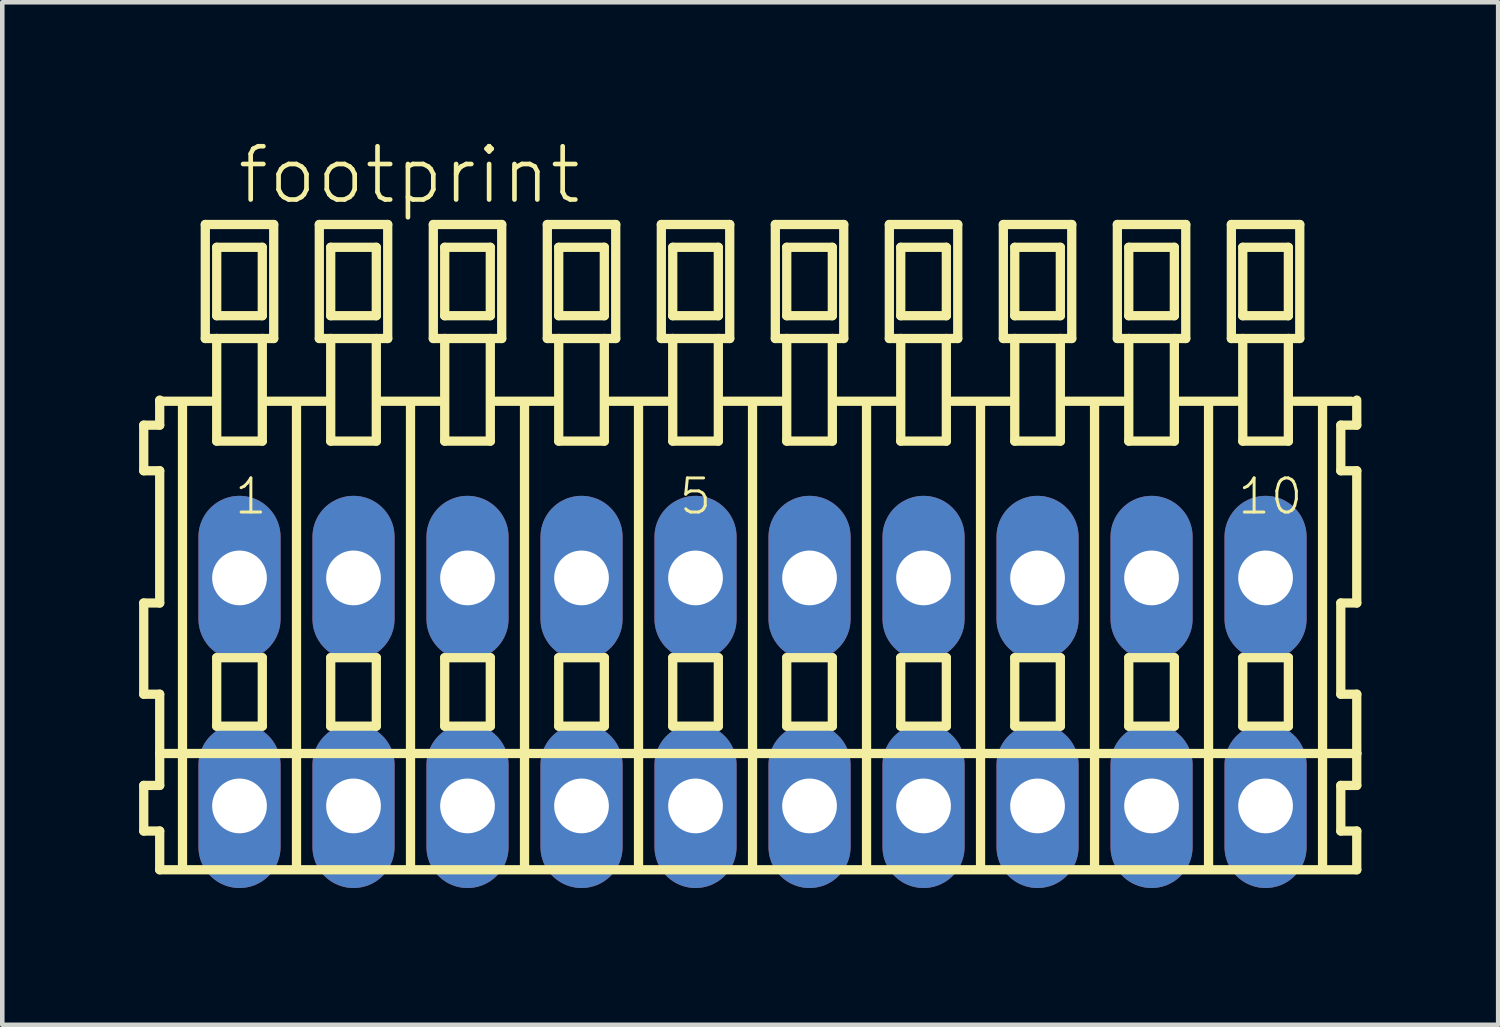
<source format=kicad_pcb>
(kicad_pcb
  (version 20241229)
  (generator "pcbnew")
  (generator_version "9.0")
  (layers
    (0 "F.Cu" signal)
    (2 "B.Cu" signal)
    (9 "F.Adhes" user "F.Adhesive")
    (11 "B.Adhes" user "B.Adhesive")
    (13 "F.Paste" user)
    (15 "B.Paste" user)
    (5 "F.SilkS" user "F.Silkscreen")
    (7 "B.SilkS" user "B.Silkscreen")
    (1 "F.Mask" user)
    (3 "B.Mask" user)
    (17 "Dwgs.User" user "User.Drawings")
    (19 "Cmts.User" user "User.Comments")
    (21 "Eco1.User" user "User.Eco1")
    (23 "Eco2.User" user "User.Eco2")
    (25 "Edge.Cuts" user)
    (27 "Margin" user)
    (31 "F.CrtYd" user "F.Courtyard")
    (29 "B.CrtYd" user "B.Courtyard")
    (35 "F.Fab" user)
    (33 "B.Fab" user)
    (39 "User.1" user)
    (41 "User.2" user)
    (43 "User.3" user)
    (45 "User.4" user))
  (footprint "footprint"
    (layer "F.Cu")
    (at 13.452 12.123)
    (property "Reference" "footprint" (at -11.35 -10.65 0) (layer "F.SilkS") (effects (font (size 1.168 1.168) (thickness 0.102)) (justify left bottom)))
    (fp_line (start -13.35 -5.85) (end -13.35 -4.85) (stroke (width 0.203) (type solid)) (layer "F.SilkS"))
    (fp_line (start -13.35 -4.85) (end -13 -4.85) (stroke (width 0.203) (type solid)) (layer "F.SilkS"))
    (fp_line (start -13.35 -1.95) (end -13.35 0.05) (stroke (width 0.203) (type solid)) (layer "F.SilkS"))
    (fp_line (start -13.35 0.05) (end -13 0.05) (stroke (width 0.203) (type solid)) (layer "F.SilkS"))
    (fp_line (start -13.35 2.05) (end -13.35 3.05) (stroke (width 0.203) (type solid)) (layer "F.SilkS"))
    (fp_line (start -13.35 3.05) (end -13 3.05) (stroke (width 0.203) (type solid)) (layer "F.SilkS"))
    (fp_line (start -13 -6.4) (end -13 -6.375) (stroke (width 0.203) (type solid)) (layer "F.SilkS"))
    (fp_line (start -13 -6.375) (end -13 -5.85) (stroke (width 0.203) (type solid)) (layer "F.SilkS"))
    (fp_line (start -13 -6.375) (end -11.875 -6.375) (stroke (width 0.203) (type solid)) (layer "F.SilkS"))
    (fp_line (start -13 -5.85) (end -13.35 -5.85) (stroke (width 0.203) (type solid)) (layer "F.SilkS"))
    (fp_line (start -13 -4.85) (end -13 -1.95) (stroke (width 0.203) (type solid)) (layer "F.SilkS"))
    (fp_line (start -13 -1.95) (end -13.35 -1.95) (stroke (width 0.203) (type solid)) (layer "F.SilkS"))
    (fp_line (start -13 0.05) (end -13 1.35) (stroke (width 0.203) (type solid)) (layer "F.SilkS"))
    (fp_line (start -13 1.35) (end -13 2.05) (stroke (width 0.203) (type solid)) (layer "F.SilkS"))
    (fp_line (start -13 1.35) (end 13.25 1.35) (stroke (width 0.203) (type solid)) (layer "F.SilkS"))
    (fp_line (start -13 2.05) (end -13.35 2.05) (stroke (width 0.203) (type solid)) (layer "F.SilkS"))
    (fp_line (start -13 3.05) (end -13 3.9) (stroke (width 0.203) (type solid)) (layer "F.SilkS"))
    (fp_line (start -13 3.9) (end 13.25 3.9) (stroke (width 0.203) (type solid)) (layer "F.SilkS"))
    (fp_line (start -12.5 -6.35) (end -12.5 3.8) (stroke (width 0.203) (type solid)) (layer "F.SilkS"))
    (fp_line (start -12 -10.25) (end -12 -7.75) (stroke (width 0.203) (type solid)) (layer "F.SilkS"))
    (fp_line (start -12 -7.75) (end -11.75 -7.75) (stroke (width 0.203) (type solid)) (layer "F.SilkS"))
    (fp_line (start -11.75 -9.75) (end -11.75 -8.25) (stroke (width 0.203) (type solid)) (layer "F.SilkS"))
    (fp_line (start -11.75 -8.25) (end -10.75 -8.25) (stroke (width 0.203) (type solid)) (layer "F.SilkS"))
    (fp_line (start -11.75 -7.75) (end -11.75 -5.5) (stroke (width 0.203) (type solid)) (layer "F.SilkS"))
    (fp_line (start -11.75 -7.75) (end -10.75 -7.75) (stroke (width 0.203) (type solid)) (layer "F.SilkS"))
    (fp_line (start -11.75 -5.5) (end -10.75 -5.5) (stroke (width 0.203) (type solid)) (layer "F.SilkS"))
    (fp_line (start -11.75 -0.75) (end -11.75 0.75) (stroke (width 0.203) (type solid)) (layer "F.SilkS"))
    (fp_line (start -11.75 0.75) (end -10.75 0.75) (stroke (width 0.203) (type solid)) (layer "F.SilkS"))
    (fp_line (start -10.75 -9.75) (end -11.75 -9.75) (stroke (width 0.203) (type solid)) (layer "F.SilkS"))
    (fp_line (start -10.75 -8.25) (end -10.75 -9.75) (stroke (width 0.203) (type solid)) (layer "F.SilkS"))
    (fp_line (start -10.75 -7.75) (end -10.5 -7.75) (stroke (width 0.203) (type solid)) (layer "F.SilkS"))
    (fp_line (start -10.75 -5.5) (end -10.75 -7.75) (stroke (width 0.203) (type solid)) (layer "F.SilkS"))
    (fp_line (start -10.75 -0.75) (end -11.75 -0.75) (stroke (width 0.203) (type solid)) (layer "F.SilkS"))
    (fp_line (start -10.75 0.75) (end -10.75 -0.75) (stroke (width 0.203) (type solid)) (layer "F.SilkS"))
    (fp_line (start -10.625 -6.375) (end -9.375 -6.375) (stroke (width 0.203) (type solid)) (layer "F.SilkS"))
    (fp_line (start -10.5 -10.25) (end -12 -10.25) (stroke (width 0.203) (type solid)) (layer "F.SilkS"))
    (fp_line (start -10.5 -7.75) (end -10.5 -10.25) (stroke (width 0.203) (type solid)) (layer "F.SilkS"))
    (fp_line (start -10 -6.35) (end -10 3.8) (stroke (width 0.203) (type solid)) (layer "F.SilkS"))
    (fp_line (start -9.5 -10.25) (end -9.5 -7.75) (stroke (width 0.203) (type solid)) (layer "F.SilkS"))
    (fp_line (start -9.5 -7.75) (end -9.25 -7.75) (stroke (width 0.203) (type solid)) (layer "F.SilkS"))
    (fp_line (start -9.25 -9.75) (end -9.25 -8.25) (stroke (width 0.203) (type solid)) (layer "F.SilkS"))
    (fp_line (start -9.25 -8.25) (end -8.25 -8.25) (stroke (width 0.203) (type solid)) (layer "F.SilkS"))
    (fp_line (start -9.25 -7.75) (end -9.25 -5.5) (stroke (width 0.203) (type solid)) (layer "F.SilkS"))
    (fp_line (start -9.25 -7.75) (end -8.25 -7.75) (stroke (width 0.203) (type solid)) (layer "F.SilkS"))
    (fp_line (start -9.25 -5.5) (end -8.25 -5.5) (stroke (width 0.203) (type solid)) (layer "F.SilkS"))
    (fp_line (start -9.25 -0.75) (end -9.25 0.75) (stroke (width 0.203) (type solid)) (layer "F.SilkS"))
    (fp_line (start -9.25 0.75) (end -8.25 0.75) (stroke (width 0.203) (type solid)) (layer "F.SilkS"))
    (fp_line (start -8.25 -9.75) (end -9.25 -9.75) (stroke (width 0.203) (type solid)) (layer "F.SilkS"))
    (fp_line (start -8.25 -8.25) (end -8.25 -9.75) (stroke (width 0.203) (type solid)) (layer "F.SilkS"))
    (fp_line (start -8.25 -7.75) (end -8 -7.75) (stroke (width 0.203) (type solid)) (layer "F.SilkS"))
    (fp_line (start -8.25 -5.5) (end -8.25 -7.75) (stroke (width 0.203) (type solid)) (layer "F.SilkS"))
    (fp_line (start -8.25 -0.75) (end -9.25 -0.75) (stroke (width 0.203) (type solid)) (layer "F.SilkS"))
    (fp_line (start -8.25 0.75) (end -8.25 -0.75) (stroke (width 0.203) (type solid)) (layer "F.SilkS"))
    (fp_line (start -8.125 -6.375) (end -6.875 -6.375) (stroke (width 0.203) (type solid)) (layer "F.SilkS"))
    (fp_line (start -8 -10.25) (end -9.5 -10.25) (stroke (width 0.203) (type solid)) (layer "F.SilkS"))
    (fp_line (start -8 -7.75) (end -8 -10.25) (stroke (width 0.203) (type solid)) (layer "F.SilkS"))
    (fp_line (start -7.5 -6.35) (end -7.5 3.8) (stroke (width 0.203) (type solid)) (layer "F.SilkS"))
    (fp_line (start -7 -10.25) (end -7 -7.75) (stroke (width 0.203) (type solid)) (layer "F.SilkS"))
    (fp_line (start -7 -7.75) (end -6.75 -7.75) (stroke (width 0.203) (type solid)) (layer "F.SilkS"))
    (fp_line (start -6.75 -9.75) (end -6.75 -8.25) (stroke (width 0.203) (type solid)) (layer "F.SilkS"))
    (fp_line (start -6.75 -8.25) (end -5.75 -8.25) (stroke (width 0.203) (type solid)) (layer "F.SilkS"))
    (fp_line (start -6.75 -7.75) (end -6.75 -5.5) (stroke (width 0.203) (type solid)) (layer "F.SilkS"))
    (fp_line (start -6.75 -7.75) (end -5.75 -7.75) (stroke (width 0.203) (type solid)) (layer "F.SilkS"))
    (fp_line (start -6.75 -5.5) (end -5.75 -5.5) (stroke (width 0.203) (type solid)) (layer "F.SilkS"))
    (fp_line (start -6.75 -0.75) (end -6.75 0.75) (stroke (width 0.203) (type solid)) (layer "F.SilkS"))
    (fp_line (start -6.75 0.75) (end -5.75 0.75) (stroke (width 0.203) (type solid)) (layer "F.SilkS"))
    (fp_line (start -5.75 -9.75) (end -6.75 -9.75) (stroke (width 0.203) (type solid)) (layer "F.SilkS"))
    (fp_line (start -5.75 -8.25) (end -5.75 -9.75) (stroke (width 0.203) (type solid)) (layer "F.SilkS"))
    (fp_line (start -5.75 -7.75) (end -5.5 -7.75) (stroke (width 0.203) (type solid)) (layer "F.SilkS"))
    (fp_line (start -5.75 -5.5) (end -5.75 -7.75) (stroke (width 0.203) (type solid)) (layer "F.SilkS"))
    (fp_line (start -5.75 -0.75) (end -6.75 -0.75) (stroke (width 0.203) (type solid)) (layer "F.SilkS"))
    (fp_line (start -5.75 0.75) (end -5.75 -0.75) (stroke (width 0.203) (type solid)) (layer "F.SilkS"))
    (fp_line (start -5.625 -6.375) (end -4.375 -6.375) (stroke (width 0.203) (type solid)) (layer "F.SilkS"))
    (fp_line (start -5.5 -10.25) (end -7 -10.25) (stroke (width 0.203) (type solid)) (layer "F.SilkS"))
    (fp_line (start -5.5 -7.75) (end -5.5 -10.25) (stroke (width 0.203) (type solid)) (layer "F.SilkS"))
    (fp_line (start -5 -6.35) (end -5 3.8) (stroke (width 0.203) (type solid)) (layer "F.SilkS"))
    (fp_line (start -4.5 -10.25) (end -4.5 -7.75) (stroke (width 0.203) (type solid)) (layer "F.SilkS"))
    (fp_line (start -4.5 -7.75) (end -4.25 -7.75) (stroke (width 0.203) (type solid)) (layer "F.SilkS"))
    (fp_line (start -4.25 -9.75) (end -4.25 -8.25) (stroke (width 0.203) (type solid)) (layer "F.SilkS"))
    (fp_line (start -4.25 -8.25) (end -3.25 -8.25) (stroke (width 0.203) (type solid)) (layer "F.SilkS"))
    (fp_line (start -4.25 -7.75) (end -4.25 -5.5) (stroke (width 0.203) (type solid)) (layer "F.SilkS"))
    (fp_line (start -4.25 -7.75) (end -3.25 -7.75) (stroke (width 0.203) (type solid)) (layer "F.SilkS"))
    (fp_line (start -4.25 -5.5) (end -3.25 -5.5) (stroke (width 0.203) (type solid)) (layer "F.SilkS"))
    (fp_line (start -4.25 -0.75) (end -4.25 0.75) (stroke (width 0.203) (type solid)) (layer "F.SilkS"))
    (fp_line (start -4.25 0.75) (end -3.25 0.75) (stroke (width 0.203) (type solid)) (layer "F.SilkS"))
    (fp_line (start -3.25 -9.75) (end -4.25 -9.75) (stroke (width 0.203) (type solid)) (layer "F.SilkS"))
    (fp_line (start -3.25 -8.25) (end -3.25 -9.75) (stroke (width 0.203) (type solid)) (layer "F.SilkS"))
    (fp_line (start -3.25 -7.75) (end -3 -7.75) (stroke (width 0.203) (type solid)) (layer "F.SilkS"))
    (fp_line (start -3.25 -5.5) (end -3.25 -7.75) (stroke (width 0.203) (type solid)) (layer "F.SilkS"))
    (fp_line (start -3.25 -0.75) (end -4.25 -0.75) (stroke (width 0.203) (type solid)) (layer "F.SilkS"))
    (fp_line (start -3.25 0.75) (end -3.25 -0.75) (stroke (width 0.203) (type solid)) (layer "F.SilkS"))
    (fp_line (start -3.125 -6.375) (end -1.875 -6.375) (stroke (width 0.203) (type solid)) (layer "F.SilkS"))
    (fp_line (start -3 -10.25) (end -4.5 -10.25) (stroke (width 0.203) (type solid)) (layer "F.SilkS"))
    (fp_line (start -3 -7.75) (end -3 -10.25) (stroke (width 0.203) (type solid)) (layer "F.SilkS"))
    (fp_line (start -2.5 -6.35) (end -2.5 3.8) (stroke (width 0.203) (type solid)) (layer "F.SilkS"))
    (fp_line (start -2 -10.25) (end -2 -7.75) (stroke (width 0.203) (type solid)) (layer "F.SilkS"))
    (fp_line (start -2 -7.75) (end -1.75 -7.75) (stroke (width 0.203) (type solid)) (layer "F.SilkS"))
    (fp_line (start -1.75 -9.75) (end -1.75 -8.25) (stroke (width 0.203) (type solid)) (layer "F.SilkS"))
    (fp_line (start -1.75 -8.25) (end -0.75 -8.25) (stroke (width 0.203) (type solid)) (layer "F.SilkS"))
    (fp_line (start -1.75 -7.75) (end -1.75 -5.5) (stroke (width 0.203) (type solid)) (layer "F.SilkS"))
    (fp_line (start -1.75 -7.75) (end -0.75 -7.75) (stroke (width 0.203) (type solid)) (layer "F.SilkS"))
    (fp_line (start -1.75 -5.5) (end -0.75 -5.5) (stroke (width 0.203) (type solid)) (layer "F.SilkS"))
    (fp_line (start -1.75 -0.75) (end -1.75 0.75) (stroke (width 0.203) (type solid)) (layer "F.SilkS"))
    (fp_line (start -1.75 0.75) (end -0.75 0.75) (stroke (width 0.203) (type solid)) (layer "F.SilkS"))
    (fp_line (start -0.75 -9.75) (end -1.75 -9.75) (stroke (width 0.203) (type solid)) (layer "F.SilkS"))
    (fp_line (start -0.75 -8.25) (end -0.75 -9.75) (stroke (width 0.203) (type solid)) (layer "F.SilkS"))
    (fp_line (start -0.75 -7.75) (end -0.5 -7.75) (stroke (width 0.203) (type solid)) (layer "F.SilkS"))
    (fp_line (start -0.75 -5.5) (end -0.75 -7.75) (stroke (width 0.203) (type solid)) (layer "F.SilkS"))
    (fp_line (start -0.75 -0.75) (end -1.75 -0.75) (stroke (width 0.203) (type solid)) (layer "F.SilkS"))
    (fp_line (start -0.75 0.75) (end -0.75 -0.75) (stroke (width 0.203) (type solid)) (layer "F.SilkS"))
    (fp_line (start -0.625 -6.375) (end 0.625 -6.375) (stroke (width 0.203) (type solid)) (layer "F.SilkS"))
    (fp_line (start -0.5 -10.25) (end -2 -10.25) (stroke (width 0.203) (type solid)) (layer "F.SilkS"))
    (fp_line (start -0.5 -7.75) (end -0.5 -10.25) (stroke (width 0.203) (type solid)) (layer "F.SilkS"))
    (fp_line (start 0 -6.35) (end 0 3.8) (stroke (width 0.203) (type solid)) (layer "F.SilkS"))
    (fp_line (start 0.5 -10.25) (end 0.5 -7.75) (stroke (width 0.203) (type solid)) (layer "F.SilkS"))
    (fp_line (start 0.5 -7.75) (end 0.75 -7.75) (stroke (width 0.203) (type solid)) (layer "F.SilkS"))
    (fp_line (start 0.75 -9.75) (end 0.75 -8.25) (stroke (width 0.203) (type solid)) (layer "F.SilkS"))
    (fp_line (start 0.75 -8.25) (end 1.75 -8.25) (stroke (width 0.203) (type solid)) (layer "F.SilkS"))
    (fp_line (start 0.75 -7.75) (end 0.75 -5.5) (stroke (width 0.203) (type solid)) (layer "F.SilkS"))
    (fp_line (start 0.75 -7.75) (end 1.75 -7.75) (stroke (width 0.203) (type solid)) (layer "F.SilkS"))
    (fp_line (start 0.75 -5.5) (end 1.75 -5.5) (stroke (width 0.203) (type solid)) (layer "F.SilkS"))
    (fp_line (start 0.75 -0.75) (end 0.75 0.75) (stroke (width 0.203) (type solid)) (layer "F.SilkS"))
    (fp_line (start 0.75 0.75) (end 1.75 0.75) (stroke (width 0.203) (type solid)) (layer "F.SilkS"))
    (fp_line (start 1.75 -9.75) (end 0.75 -9.75) (stroke (width 0.203) (type solid)) (layer "F.SilkS"))
    (fp_line (start 1.75 -8.25) (end 1.75 -9.75) (stroke (width 0.203) (type solid)) (layer "F.SilkS"))
    (fp_line (start 1.75 -7.75) (end 2 -7.75) (stroke (width 0.203) (type solid)) (layer "F.SilkS"))
    (fp_line (start 1.75 -5.5) (end 1.75 -7.75) (stroke (width 0.203) (type solid)) (layer "F.SilkS"))
    (fp_line (start 1.75 -0.75) (end 0.75 -0.75) (stroke (width 0.203) (type solid)) (layer "F.SilkS"))
    (fp_line (start 1.75 0.75) (end 1.75 -0.75) (stroke (width 0.203) (type solid)) (layer "F.SilkS"))
    (fp_line (start 1.875 -6.375) (end 3.125 -6.375) (stroke (width 0.203) (type solid)) (layer "F.SilkS"))
    (fp_line (start 2 -10.25) (end 0.5 -10.25) (stroke (width 0.203) (type solid)) (layer "F.SilkS"))
    (fp_line (start 2 -7.75) (end 2 -10.25) (stroke (width 0.203) (type solid)) (layer "F.SilkS"))
    (fp_line (start 2.5 -6.35) (end 2.5 3.8) (stroke (width 0.203) (type solid)) (layer "F.SilkS"))
    (fp_line (start 3 -10.25) (end 3 -7.75) (stroke (width 0.203) (type solid)) (layer "F.SilkS"))
    (fp_line (start 3 -7.75) (end 3.25 -7.75) (stroke (width 0.203) (type solid)) (layer "F.SilkS"))
    (fp_line (start 3.25 -9.75) (end 3.25 -8.25) (stroke (width 0.203) (type solid)) (layer "F.SilkS"))
    (fp_line (start 3.25 -8.25) (end 4.25 -8.25) (stroke (width 0.203) (type solid)) (layer "F.SilkS"))
    (fp_line (start 3.25 -7.75) (end 3.25 -5.5) (stroke (width 0.203) (type solid)) (layer "F.SilkS"))
    (fp_line (start 3.25 -7.75) (end 4.25 -7.75) (stroke (width 0.203) (type solid)) (layer "F.SilkS"))
    (fp_line (start 3.25 -5.5) (end 4.25 -5.5) (stroke (width 0.203) (type solid)) (layer "F.SilkS"))
    (fp_line (start 3.25 -0.75) (end 3.25 0.75) (stroke (width 0.203) (type solid)) (layer "F.SilkS"))
    (fp_line (start 3.25 0.75) (end 4.25 0.75) (stroke (width 0.203) (type solid)) (layer "F.SilkS"))
    (fp_line (start 4.25 -9.75) (end 3.25 -9.75) (stroke (width 0.203) (type solid)) (layer "F.SilkS"))
    (fp_line (start 4.25 -8.25) (end 4.25 -9.75) (stroke (width 0.203) (type solid)) (layer "F.SilkS"))
    (fp_line (start 4.25 -7.75) (end 4.5 -7.75) (stroke (width 0.203) (type solid)) (layer "F.SilkS"))
    (fp_line (start 4.25 -5.5) (end 4.25 -7.75) (stroke (width 0.203) (type solid)) (layer "F.SilkS"))
    (fp_line (start 4.25 -0.75) (end 3.25 -0.75) (stroke (width 0.203) (type solid)) (layer "F.SilkS"))
    (fp_line (start 4.25 0.75) (end 4.25 -0.75) (stroke (width 0.203) (type solid)) (layer "F.SilkS"))
    (fp_line (start 4.375 -6.375) (end 5.625 -6.375) (stroke (width 0.203) (type solid)) (layer "F.SilkS"))
    (fp_line (start 4.5 -10.25) (end 3 -10.25) (stroke (width 0.203) (type solid)) (layer "F.SilkS"))
    (fp_line (start 4.5 -7.75) (end 4.5 -10.25) (stroke (width 0.203) (type solid)) (layer "F.SilkS"))
    (fp_line (start 5 -6.35) (end 5 3.8) (stroke (width 0.203) (type solid)) (layer "F.SilkS"))
    (fp_line (start 5.5 -10.25) (end 5.5 -7.75) (stroke (width 0.203) (type solid)) (layer "F.SilkS"))
    (fp_line (start 5.5 -7.75) (end 5.75 -7.75) (stroke (width 0.203) (type solid)) (layer "F.SilkS"))
    (fp_line (start 5.75 -9.75) (end 5.75 -8.25) (stroke (width 0.203) (type solid)) (layer "F.SilkS"))
    (fp_line (start 5.75 -8.25) (end 6.75 -8.25) (stroke (width 0.203) (type solid)) (layer "F.SilkS"))
    (fp_line (start 5.75 -7.75) (end 5.75 -5.5) (stroke (width 0.203) (type solid)) (layer "F.SilkS"))
    (fp_line (start 5.75 -7.75) (end 6.75 -7.75) (stroke (width 0.203) (type solid)) (layer "F.SilkS"))
    (fp_line (start 5.75 -5.5) (end 6.75 -5.5) (stroke (width 0.203) (type solid)) (layer "F.SilkS"))
    (fp_line (start 5.75 -0.75) (end 5.75 0.75) (stroke (width 0.203) (type solid)) (layer "F.SilkS"))
    (fp_line (start 5.75 0.75) (end 6.75 0.75) (stroke (width 0.203) (type solid)) (layer "F.SilkS"))
    (fp_line (start 6.75 -9.75) (end 5.75 -9.75) (stroke (width 0.203) (type solid)) (layer "F.SilkS"))
    (fp_line (start 6.75 -8.25) (end 6.75 -9.75) (stroke (width 0.203) (type solid)) (layer "F.SilkS"))
    (fp_line (start 6.75 -7.75) (end 7 -7.75) (stroke (width 0.203) (type solid)) (layer "F.SilkS"))
    (fp_line (start 6.75 -5.5) (end 6.75 -7.75) (stroke (width 0.203) (type solid)) (layer "F.SilkS"))
    (fp_line (start 6.75 -0.75) (end 5.75 -0.75) (stroke (width 0.203) (type solid)) (layer "F.SilkS"))
    (fp_line (start 6.75 0.75) (end 6.75 -0.75) (stroke (width 0.203) (type solid)) (layer "F.SilkS"))
    (fp_line (start 6.875 -6.375) (end 8.125 -6.375) (stroke (width 0.203) (type solid)) (layer "F.SilkS"))
    (fp_line (start 7 -10.25) (end 5.5 -10.25) (stroke (width 0.203) (type solid)) (layer "F.SilkS"))
    (fp_line (start 7 -7.75) (end 7 -10.25) (stroke (width 0.203) (type solid)) (layer "F.SilkS"))
    (fp_line (start 7.5 -6.35) (end 7.5 3.8) (stroke (width 0.203) (type solid)) (layer "F.SilkS"))
    (fp_line (start 8 -10.25) (end 8 -7.75) (stroke (width 0.203) (type solid)) (layer "F.SilkS"))
    (fp_line (start 8 -7.75) (end 8.25 -7.75) (stroke (width 0.203) (type solid)) (layer "F.SilkS"))
    (fp_line (start 8.25 -9.75) (end 8.25 -8.25) (stroke (width 0.203) (type solid)) (layer "F.SilkS"))
    (fp_line (start 8.25 -8.25) (end 9.25 -8.25) (stroke (width 0.203) (type solid)) (layer "F.SilkS"))
    (fp_line (start 8.25 -7.75) (end 8.25 -5.5) (stroke (width 0.203) (type solid)) (layer "F.SilkS"))
    (fp_line (start 8.25 -7.75) (end 9.25 -7.75) (stroke (width 0.203) (type solid)) (layer "F.SilkS"))
    (fp_line (start 8.25 -5.5) (end 9.25 -5.5) (stroke (width 0.203) (type solid)) (layer "F.SilkS"))
    (fp_line (start 8.25 -0.75) (end 8.25 0.75) (stroke (width 0.203) (type solid)) (layer "F.SilkS"))
    (fp_line (start 8.25 0.75) (end 9.25 0.75) (stroke (width 0.203) (type solid)) (layer "F.SilkS"))
    (fp_line (start 9.25 -9.75) (end 8.25 -9.75) (stroke (width 0.203) (type solid)) (layer "F.SilkS"))
    (fp_line (start 9.25 -8.25) (end 9.25 -9.75) (stroke (width 0.203) (type solid)) (layer "F.SilkS"))
    (fp_line (start 9.25 -7.75) (end 9.5 -7.75) (stroke (width 0.203) (type solid)) (layer "F.SilkS"))
    (fp_line (start 9.25 -5.5) (end 9.25 -7.75) (stroke (width 0.203) (type solid)) (layer "F.SilkS"))
    (fp_line (start 9.25 -0.75) (end 8.25 -0.75) (stroke (width 0.203) (type solid)) (layer "F.SilkS"))
    (fp_line (start 9.25 0.75) (end 9.25 -0.75) (stroke (width 0.203) (type solid)) (layer "F.SilkS"))
    (fp_line (start 9.375 -6.375) (end 10.625 -6.375) (stroke (width 0.203) (type solid)) (layer "F.SilkS"))
    (fp_line (start 9.5 -10.25) (end 8 -10.25) (stroke (width 0.203) (type solid)) (layer "F.SilkS"))
    (fp_line (start 9.5 -7.75) (end 9.5 -10.25) (stroke (width 0.203) (type solid)) (layer "F.SilkS"))
    (fp_line (start 10 -6.35) (end 10 3.8) (stroke (width 0.203) (type solid)) (layer "F.SilkS"))
    (fp_line (start 10.5 -10.25) (end 10.5 -7.75) (stroke (width 0.203) (type solid)) (layer "F.SilkS"))
    (fp_line (start 10.5 -7.75) (end 10.75 -7.75) (stroke (width 0.203) (type solid)) (layer "F.SilkS"))
    (fp_line (start 10.75 -9.75) (end 10.75 -8.25) (stroke (width 0.203) (type solid)) (layer "F.SilkS"))
    (fp_line (start 10.75 -8.25) (end 11.75 -8.25) (stroke (width 0.203) (type solid)) (layer "F.SilkS"))
    (fp_line (start 10.75 -7.75) (end 10.75 -5.5) (stroke (width 0.203) (type solid)) (layer "F.SilkS"))
    (fp_line (start 10.75 -7.75) (end 11.75 -7.75) (stroke (width 0.203) (type solid)) (layer "F.SilkS"))
    (fp_line (start 10.75 -5.5) (end 11.75 -5.5) (stroke (width 0.203) (type solid)) (layer "F.SilkS"))
    (fp_line (start 10.75 -0.75) (end 10.75 0.75) (stroke (width 0.203) (type solid)) (layer "F.SilkS"))
    (fp_line (start 10.75 0.75) (end 11.75 0.75) (stroke (width 0.203) (type solid)) (layer "F.SilkS"))
    (fp_line (start 11.75 -9.75) (end 10.75 -9.75) (stroke (width 0.203) (type solid)) (layer "F.SilkS"))
    (fp_line (start 11.75 -8.25) (end 11.75 -9.75) (stroke (width 0.203) (type solid)) (layer "F.SilkS"))
    (fp_line (start 11.75 -7.75) (end 12 -7.75) (stroke (width 0.203) (type solid)) (layer "F.SilkS"))
    (fp_line (start 11.75 -5.5) (end 11.75 -7.75) (stroke (width 0.203) (type solid)) (layer "F.SilkS"))
    (fp_line (start 11.75 -0.75) (end 10.75 -0.75) (stroke (width 0.203) (type solid)) (layer "F.SilkS"))
    (fp_line (start 11.75 0.75) (end 11.75 -0.75) (stroke (width 0.203) (type solid)) (layer "F.SilkS"))
    (fp_line (start 11.875 -6.375) (end 13.125 -6.375) (stroke (width 0.203) (type solid)) (layer "F.SilkS"))
    (fp_line (start 12 -10.25) (end 10.5 -10.25) (stroke (width 0.203) (type solid)) (layer "F.SilkS"))
    (fp_line (start 12 -7.75) (end 12 -10.25) (stroke (width 0.203) (type solid)) (layer "F.SilkS"))
    (fp_line (start 12.5 -6.35) (end 12.5 3.8) (stroke (width 0.203) (type solid)) (layer "F.SilkS"))
    (fp_line (start 12.9 -5.85) (end 12.9 -4.85) (stroke (width 0.203) (type solid)) (layer "F.SilkS"))
    (fp_line (start 12.9 -4.85) (end 13.25 -4.85) (stroke (width 0.203) (type solid)) (layer "F.SilkS"))
    (fp_line (start 12.9 -1.95) (end 12.9 0.05) (stroke (width 0.203) (type solid)) (layer "F.SilkS"))
    (fp_line (start 12.9 0.05) (end 13.25 0.05) (stroke (width 0.203) (type solid)) (layer "F.SilkS"))
    (fp_line (start 12.9 2.05) (end 12.9 3.05) (stroke (width 0.203) (type solid)) (layer "F.SilkS"))
    (fp_line (start 12.9 3.05) (end 13.25 3.05) (stroke (width 0.203) (type solid)) (layer "F.SilkS"))
    (fp_line (start 13.25 -5.85) (end 12.9 -5.85) (stroke (width 0.203) (type solid)) (layer "F.SilkS"))
    (fp_line (start 13.25 -5.85) (end 13.25 -6.4) (stroke (width 0.203) (type solid)) (layer "F.SilkS"))
    (fp_line (start 13.25 -1.95) (end 12.9 -1.95) (stroke (width 0.203) (type solid)) (layer "F.SilkS"))
    (fp_line (start 13.25 -1.95) (end 13.25 -4.85) (stroke (width 0.203) (type solid)) (layer "F.SilkS"))
    (fp_line (start 13.25 1.35) (end 13.25 0.05) (stroke (width 0.203) (type solid)) (layer "F.SilkS"))
    (fp_line (start 13.25 2.05) (end 12.9 2.05) (stroke (width 0.203) (type solid)) (layer "F.SilkS"))
    (fp_line (start 13.25 2.05) (end 13.25 1.35) (stroke (width 0.203) (type solid)) (layer "F.SilkS"))
    (fp_line (start 13.25 3.9) (end 13.25 3.05) (stroke (width 0.203) (type solid)) (layer "F.SilkS"))
    (fp_text user "1" (at -11.4 -3.85 0) (layer "F.SilkS") (effects (font (size 0.748 0.748) (thickness 0.065)) (justify left bottom)))
    (fp_text user "10" (at 10.6 -3.85 0) (layer "F.SilkS") (effects (font (size 0.748 0.748) (thickness 0.065)) (justify left bottom)))
    (fp_text user "5" (at -1.65 -3.85 0) (layer "F.SilkS") (effects (font (size 0.748 0.748) (thickness 0.065)) (justify left bottom)))
    (pad "A1" thru_hole oval (at -11.25 -2.5 90) (size 3.6 1.8) (drill 1.2) (layers "*.Cu" "*.Mask"))
    (pad "A2" thru_hole oval (at -8.75 -2.5 90) (size 3.6 1.8) (drill 1.2) (layers "*.Cu" "*.Mask"))
    (pad "A3" thru_hole oval (at -6.25 -2.5 90) (size 3.6 1.8) (drill 1.2) (layers "*.Cu" "*.Mask"))
    (pad "A4" thru_hole oval (at -3.75 -2.5 90) (size 3.6 1.8) (drill 1.2) (layers "*.Cu" "*.Mask"))
    (pad "A5" thru_hole oval (at -1.25 -2.5 90) (size 3.6 1.8) (drill 1.2) (layers "*.Cu" "*.Mask"))
    (pad "A6" thru_hole oval (at 1.25 -2.5 90) (size 3.6 1.8) (drill 1.2) (layers "*.Cu" "*.Mask"))
    (pad "A7" thru_hole oval (at 3.75 -2.5 90) (size 3.6 1.8) (drill 1.2) (layers "*.Cu" "*.Mask"))
    (pad "A8" thru_hole oval (at 6.25 -2.5 90) (size 3.6 1.8) (drill 1.2) (layers "*.Cu" "*.Mask"))
    (pad "A9" thru_hole oval (at 8.75 -2.5 90) (size 3.6 1.8) (drill 1.2) (layers "*.Cu" "*.Mask"))
    (pad "A10" thru_hole oval (at 11.25 -2.5 90) (size 3.6 1.8) (drill 1.2) (layers "*.Cu" "*.Mask"))
    (pad "B1" thru_hole oval (at -11.25 2.5 90) (size 3.6 1.8) (drill 1.2) (layers "*.Cu" "*.Mask"))
    (pad "B2" thru_hole oval (at -8.75 2.5 90) (size 3.6 1.8) (drill 1.2) (layers "*.Cu" "*.Mask"))
    (pad "B3" thru_hole oval (at -6.25 2.5 90) (size 3.6 1.8) (drill 1.2) (layers "*.Cu" "*.Mask"))
    (pad "B4" thru_hole oval (at -3.75 2.5 90) (size 3.6 1.8) (drill 1.2) (layers "*.Cu" "*.Mask"))
    (pad "B5" thru_hole oval (at -1.25 2.5 90) (size 3.6 1.8) (drill 1.2) (layers "*.Cu" "*.Mask"))
    (pad "B6" thru_hole oval (at 1.25 2.5 90) (size 3.6 1.8) (drill 1.2) (layers "*.Cu" "*.Mask"))
    (pad "B7" thru_hole oval (at 3.75 2.5 90) (size 3.6 1.8) (drill 1.2) (layers "*.Cu" "*.Mask"))
    (pad "B8" thru_hole oval (at 6.25 2.5 90) (size 3.6 1.8) (drill 1.2) (layers "*.Cu" "*.Mask"))
    (pad "B9" thru_hole oval (at 8.75 2.5 90) (size 3.6 1.8) (drill 1.2) (layers "*.Cu" "*.Mask"))
    (pad "B10" thru_hole oval (at 11.25 2.5 90) (size 3.6 1.8) (drill 1.2) (layers "*.Cu" "*.Mask")))
  (gr_rect
    (start -3 -3)
    (end 29.803 19.423)
    (stroke (width 0.1) (type default))
    (fill no)
    (layer "Edge.Cuts")))
</source>
